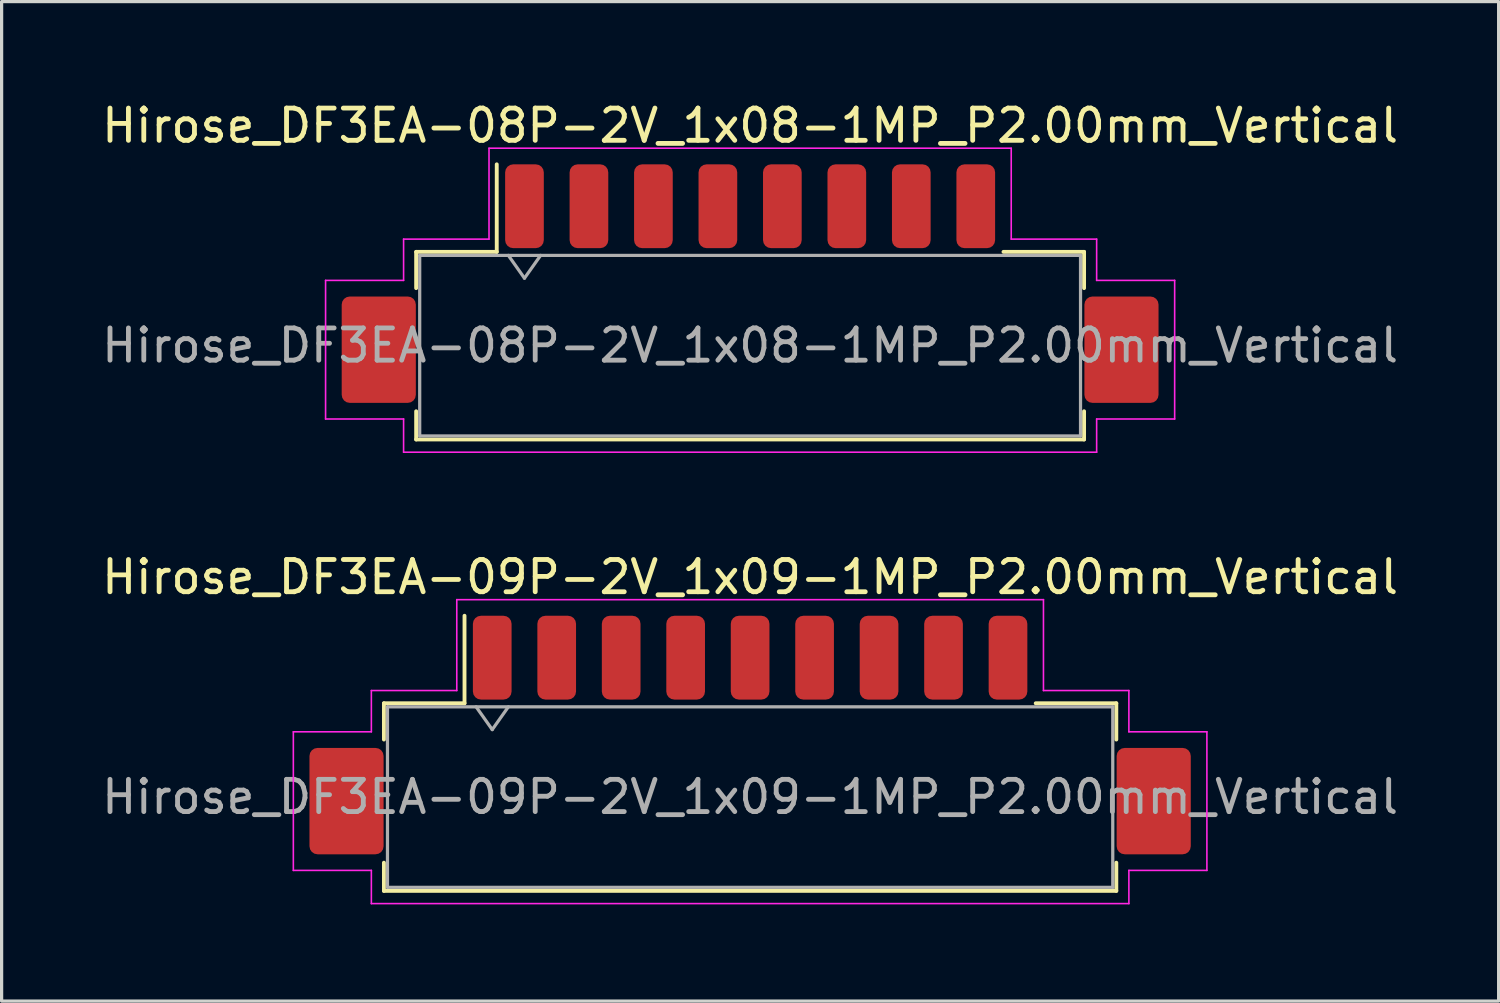
<source format=kicad_pcb>
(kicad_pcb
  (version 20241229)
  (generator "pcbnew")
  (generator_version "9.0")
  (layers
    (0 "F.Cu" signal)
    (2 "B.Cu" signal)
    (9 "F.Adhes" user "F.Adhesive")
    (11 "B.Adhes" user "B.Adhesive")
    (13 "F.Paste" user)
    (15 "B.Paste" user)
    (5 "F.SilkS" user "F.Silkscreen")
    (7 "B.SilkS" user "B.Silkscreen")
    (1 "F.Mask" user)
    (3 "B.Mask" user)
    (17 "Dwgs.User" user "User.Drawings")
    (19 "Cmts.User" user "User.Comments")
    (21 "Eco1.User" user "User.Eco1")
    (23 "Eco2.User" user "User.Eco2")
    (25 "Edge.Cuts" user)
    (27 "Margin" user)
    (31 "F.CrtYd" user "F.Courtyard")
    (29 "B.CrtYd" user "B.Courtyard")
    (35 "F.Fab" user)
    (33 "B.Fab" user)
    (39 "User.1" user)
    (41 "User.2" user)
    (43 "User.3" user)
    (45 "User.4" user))
  (footprint "Hirose_DF3EA-08P-2V_1x08-1MP_P2.00mm_Vertical"
    (layer "F.Cu")
    (at 20.22 5.748)
    (property "Reference" "Hirose_DF3EA-08P-2V_1x08-1MP_P2.00mm_Vertical" (at 0 -4.9 0) (layer "F.SilkS") (effects (font (size 1 1) (thickness 0.15))))
    (attr smd)
    (fp_line (start -10.36 -0.985) (end -7.86 -0.985) (stroke (width 0.12) (type solid)) (layer "F.SilkS"))
    (fp_line (start -10.36 0.14) (end -10.36 -0.985) (stroke (width 0.12) (type solid)) (layer "F.SilkS"))
    (fp_line (start -10.36 3.96) (end -10.36 4.835) (stroke (width 0.12) (type solid)) (layer "F.SilkS"))
    (fp_line (start -10.36 4.835) (end 10.36 4.835) (stroke (width 0.12) (type solid)) (layer "F.SilkS"))
    (fp_line (start -7.86 -0.985) (end -7.86 -3.7) (stroke (width 0.12) (type solid)) (layer "F.SilkS"))
    (fp_line (start 10.36 -0.985) (end 7.86 -0.985) (stroke (width 0.12) (type solid)) (layer "F.SilkS"))
    (fp_line (start 10.36 0.14) (end 10.36 -0.985) (stroke (width 0.12) (type solid)) (layer "F.SilkS"))
    (fp_line (start 10.36 4.835) (end 10.36 3.96) (stroke (width 0.12) (type solid)) (layer "F.SilkS"))
    (fp_line (start -13.17 -0.1) (end -10.75 -0.1) (stroke (width 0.05) (type solid)) (layer "F.CrtYd"))
    (fp_line (start -13.17 4.2) (end -13.17 -0.1) (stroke (width 0.05) (type solid)) (layer "F.CrtYd"))
    (fp_line (start -10.75 -1.38) (end -8.1 -1.38) (stroke (width 0.05) (type solid)) (layer "F.CrtYd"))
    (fp_line (start -10.75 -0.1) (end -10.75 -1.38) (stroke (width 0.05) (type solid)) (layer "F.CrtYd"))
    (fp_line (start -10.75 4.2) (end -13.17 4.2) (stroke (width 0.05) (type solid)) (layer "F.CrtYd"))
    (fp_line (start -10.75 5.23) (end -10.75 4.2) (stroke (width 0.05) (type solid)) (layer "F.CrtYd"))
    (fp_line (start -8.1 -4.2) (end 8.1 -4.2) (stroke (width 0.05) (type solid)) (layer "F.CrtYd"))
    (fp_line (start -8.1 -1.38) (end -8.1 -4.2) (stroke (width 0.05) (type solid)) (layer "F.CrtYd"))
    (fp_line (start 8.1 -4.2) (end 8.1 -1.38) (stroke (width 0.05) (type solid)) (layer "F.CrtYd"))
    (fp_line (start 8.1 -1.38) (end 10.75 -1.38) (stroke (width 0.05) (type solid)) (layer "F.CrtYd"))
    (fp_line (start 10.75 -1.38) (end 10.75 -0.1) (stroke (width 0.05) (type solid)) (layer "F.CrtYd"))
    (fp_line (start 10.75 -0.1) (end 13.17 -0.1) (stroke (width 0.05) (type solid)) (layer "F.CrtYd"))
    (fp_line (start 10.75 4.2) (end 10.75 5.23) (stroke (width 0.05) (type solid)) (layer "F.CrtYd"))
    (fp_line (start 10.75 5.23) (end -10.75 5.23) (stroke (width 0.05) (type solid)) (layer "F.CrtYd"))
    (fp_line (start 13.17 -0.1) (end 13.17 4.2) (stroke (width 0.05) (type solid)) (layer "F.CrtYd"))
    (fp_line (start 13.17 4.2) (end 10.75 4.2) (stroke (width 0.05) (type solid)) (layer "F.CrtYd"))
    (fp_line (start -10.25 -0.875) (end -10.25 4.725) (stroke (width 0.1) (type solid)) (layer "F.Fab"))
    (fp_line (start -10.25 -0.875) (end 10.25 -0.875) (stroke (width 0.1) (type solid)) (layer "F.Fab"))
    (fp_line (start -10.25 4.725) (end 10.25 4.725) (stroke (width 0.1) (type solid)) (layer "F.Fab"))
    (fp_line (start -7.5 -0.875) (end -7 -0.168) (stroke (width 0.1) (type solid)) (layer "F.Fab"))
    (fp_line (start -7 -0.168) (end -6.5 -0.875) (stroke (width 0.1) (type solid)) (layer "F.Fab"))
    (fp_line (start 10.25 -0.875) (end 10.25 4.725) (stroke (width 0.1) (type solid)) (layer "F.Fab"))
    (fp_text user "${REFERENCE}" (at 0 1.92 0) (layer "F.Fab") (effects (font (size 1 1) (thickness 0.15))))
    (pad "1" smd roundrect (at -7 -2.4) (size 1.2 2.6) (layers "F.Cu" "F.Mask" "F.Paste") (roundrect_rratio 0.208))
    (pad "2" smd roundrect (at -5 -2.4) (size 1.2 2.6) (layers "F.Cu" "F.Mask" "F.Paste") (roundrect_rratio 0.208))
    (pad "3" smd roundrect (at -3 -2.4) (size 1.2 2.6) (layers "F.Cu" "F.Mask" "F.Paste") (roundrect_rratio 0.208))
    (pad "4" smd roundrect (at -1 -2.4) (size 1.2 2.6) (layers "F.Cu" "F.Mask" "F.Paste") (roundrect_rratio 0.208))
    (pad "5" smd roundrect (at 1 -2.4) (size 1.2 2.6) (layers "F.Cu" "F.Mask" "F.Paste") (roundrect_rratio 0.208))
    (pad "6" smd roundrect (at 3 -2.4) (size 1.2 2.6) (layers "F.Cu" "F.Mask" "F.Paste") (roundrect_rratio 0.208))
    (pad "7" smd roundrect (at 5 -2.4) (size 1.2 2.6) (layers "F.Cu" "F.Mask" "F.Paste") (roundrect_rratio 0.208))
    (pad "8" smd roundrect (at 7 -2.4) (size 1.2 2.6) (layers "F.Cu" "F.Mask" "F.Paste") (roundrect_rratio 0.208))
    (pad "MP" smd roundrect (at -11.52 2.05) (size 2.3 3.3) (layers "F.Cu" "F.Mask" "F.Paste") (roundrect_rratio 0.109))
    (pad "MP" smd roundrect (at 11.52 2.05) (size 2.3 3.3) (layers "F.Cu" "F.Mask" "F.Paste") (roundrect_rratio 0.109)))
  (footprint "Hirose_DF3EA-09P-2V_1x09-1MP_P2.00mm_Vertical"
    (layer "F.Cu")
    (at 20.22 19.752)
    (property "Reference" "Hirose_DF3EA-09P-2V_1x09-1MP_P2.00mm_Vertical" (at 0 -4.9 0) (layer "F.SilkS") (effects (font (size 1 1) (thickness 0.15))))
    (attr smd)
    (fp_line (start -11.36 -0.985) (end -8.86 -0.985) (stroke (width 0.12) (type solid)) (layer "F.SilkS"))
    (fp_line (start -11.36 0.14) (end -11.36 -0.985) (stroke (width 0.12) (type solid)) (layer "F.SilkS"))
    (fp_line (start -11.36 3.96) (end -11.36 4.835) (stroke (width 0.12) (type solid)) (layer "F.SilkS"))
    (fp_line (start -11.36 4.835) (end 11.36 4.835) (stroke (width 0.12) (type solid)) (layer "F.SilkS"))
    (fp_line (start -8.86 -0.985) (end -8.86 -3.7) (stroke (width 0.12) (type solid)) (layer "F.SilkS"))
    (fp_line (start 11.36 -0.985) (end 8.86 -0.985) (stroke (width 0.12) (type solid)) (layer "F.SilkS"))
    (fp_line (start 11.36 0.14) (end 11.36 -0.985) (stroke (width 0.12) (type solid)) (layer "F.SilkS"))
    (fp_line (start 11.36 4.835) (end 11.36 3.96) (stroke (width 0.12) (type solid)) (layer "F.SilkS"))
    (fp_line (start -14.17 -0.1) (end -11.75 -0.1) (stroke (width 0.05) (type solid)) (layer "F.CrtYd"))
    (fp_line (start -14.17 4.2) (end -14.17 -0.1) (stroke (width 0.05) (type solid)) (layer "F.CrtYd"))
    (fp_line (start -11.75 -1.38) (end -9.1 -1.38) (stroke (width 0.05) (type solid)) (layer "F.CrtYd"))
    (fp_line (start -11.75 -0.1) (end -11.75 -1.38) (stroke (width 0.05) (type solid)) (layer "F.CrtYd"))
    (fp_line (start -11.75 4.2) (end -14.17 4.2) (stroke (width 0.05) (type solid)) (layer "F.CrtYd"))
    (fp_line (start -11.75 5.23) (end -11.75 4.2) (stroke (width 0.05) (type solid)) (layer "F.CrtYd"))
    (fp_line (start -9.1 -4.2) (end 9.1 -4.2) (stroke (width 0.05) (type solid)) (layer "F.CrtYd"))
    (fp_line (start -9.1 -1.38) (end -9.1 -4.2) (stroke (width 0.05) (type solid)) (layer "F.CrtYd"))
    (fp_line (start 9.1 -4.2) (end 9.1 -1.38) (stroke (width 0.05) (type solid)) (layer "F.CrtYd"))
    (fp_line (start 9.1 -1.38) (end 11.75 -1.38) (stroke (width 0.05) (type solid)) (layer "F.CrtYd"))
    (fp_line (start 11.75 -1.38) (end 11.75 -0.1) (stroke (width 0.05) (type solid)) (layer "F.CrtYd"))
    (fp_line (start 11.75 -0.1) (end 14.17 -0.1) (stroke (width 0.05) (type solid)) (layer "F.CrtYd"))
    (fp_line (start 11.75 4.2) (end 11.75 5.23) (stroke (width 0.05) (type solid)) (layer "F.CrtYd"))
    (fp_line (start 11.75 5.23) (end -11.75 5.23) (stroke (width 0.05) (type solid)) (layer "F.CrtYd"))
    (fp_line (start 14.17 -0.1) (end 14.17 4.2) (stroke (width 0.05) (type solid)) (layer "F.CrtYd"))
    (fp_line (start 14.17 4.2) (end 11.75 4.2) (stroke (width 0.05) (type solid)) (layer "F.CrtYd"))
    (fp_line (start -11.25 -0.875) (end -11.25 4.725) (stroke (width 0.1) (type solid)) (layer "F.Fab"))
    (fp_line (start -11.25 -0.875) (end 11.25 -0.875) (stroke (width 0.1) (type solid)) (layer "F.Fab"))
    (fp_line (start -11.25 4.725) (end 11.25 4.725) (stroke (width 0.1) (type solid)) (layer "F.Fab"))
    (fp_line (start -8.5 -0.875) (end -8 -0.168) (stroke (width 0.1) (type solid)) (layer "F.Fab"))
    (fp_line (start -8 -0.168) (end -7.5 -0.875) (stroke (width 0.1) (type solid)) (layer "F.Fab"))
    (fp_line (start 11.25 -0.875) (end 11.25 4.725) (stroke (width 0.1) (type solid)) (layer "F.Fab"))
    (fp_text user "${REFERENCE}" (at 0 1.92 0) (layer "F.Fab") (effects (font (size 1 1) (thickness 0.15))))
    (pad "1" smd roundrect (at -8 -2.4) (size 1.2 2.6) (layers "F.Cu" "F.Mask" "F.Paste") (roundrect_rratio 0.208))
    (pad "2" smd roundrect (at -6 -2.4) (size 1.2 2.6) (layers "F.Cu" "F.Mask" "F.Paste") (roundrect_rratio 0.208))
    (pad "3" smd roundrect (at -4 -2.4) (size 1.2 2.6) (layers "F.Cu" "F.Mask" "F.Paste") (roundrect_rratio 0.208))
    (pad "4" smd roundrect (at -2 -2.4) (size 1.2 2.6) (layers "F.Cu" "F.Mask" "F.Paste") (roundrect_rratio 0.208))
    (pad "5" smd roundrect (at 0 -2.4) (size 1.2 2.6) (layers "F.Cu" "F.Mask" "F.Paste") (roundrect_rratio 0.208))
    (pad "6" smd roundrect (at 2 -2.4) (size 1.2 2.6) (layers "F.Cu" "F.Mask" "F.Paste") (roundrect_rratio 0.208))
    (pad "7" smd roundrect (at 4 -2.4) (size 1.2 2.6) (layers "F.Cu" "F.Mask" "F.Paste") (roundrect_rratio 0.208))
    (pad "8" smd roundrect (at 6 -2.4) (size 1.2 2.6) (layers "F.Cu" "F.Mask" "F.Paste") (roundrect_rratio 0.208))
    (pad "9" smd roundrect (at 8 -2.4) (size 1.2 2.6) (layers "F.Cu" "F.Mask" "F.Paste") (roundrect_rratio 0.208))
    (pad "MP" smd roundrect (at -12.52 2.05) (size 2.3 3.3) (layers "F.Cu" "F.Mask" "F.Paste") (roundrect_rratio 0.109))
    (pad "MP" smd roundrect (at 12.52 2.05) (size 2.3 3.3) (layers "F.Cu" "F.Mask" "F.Paste") (roundrect_rratio 0.109)))
  (gr_rect
    (start -3 -3)
    (end 43.44 28.006)
    (stroke (width 0.1) (type default))
    (fill no)
    (layer "Edge.Cuts")))
</source>
